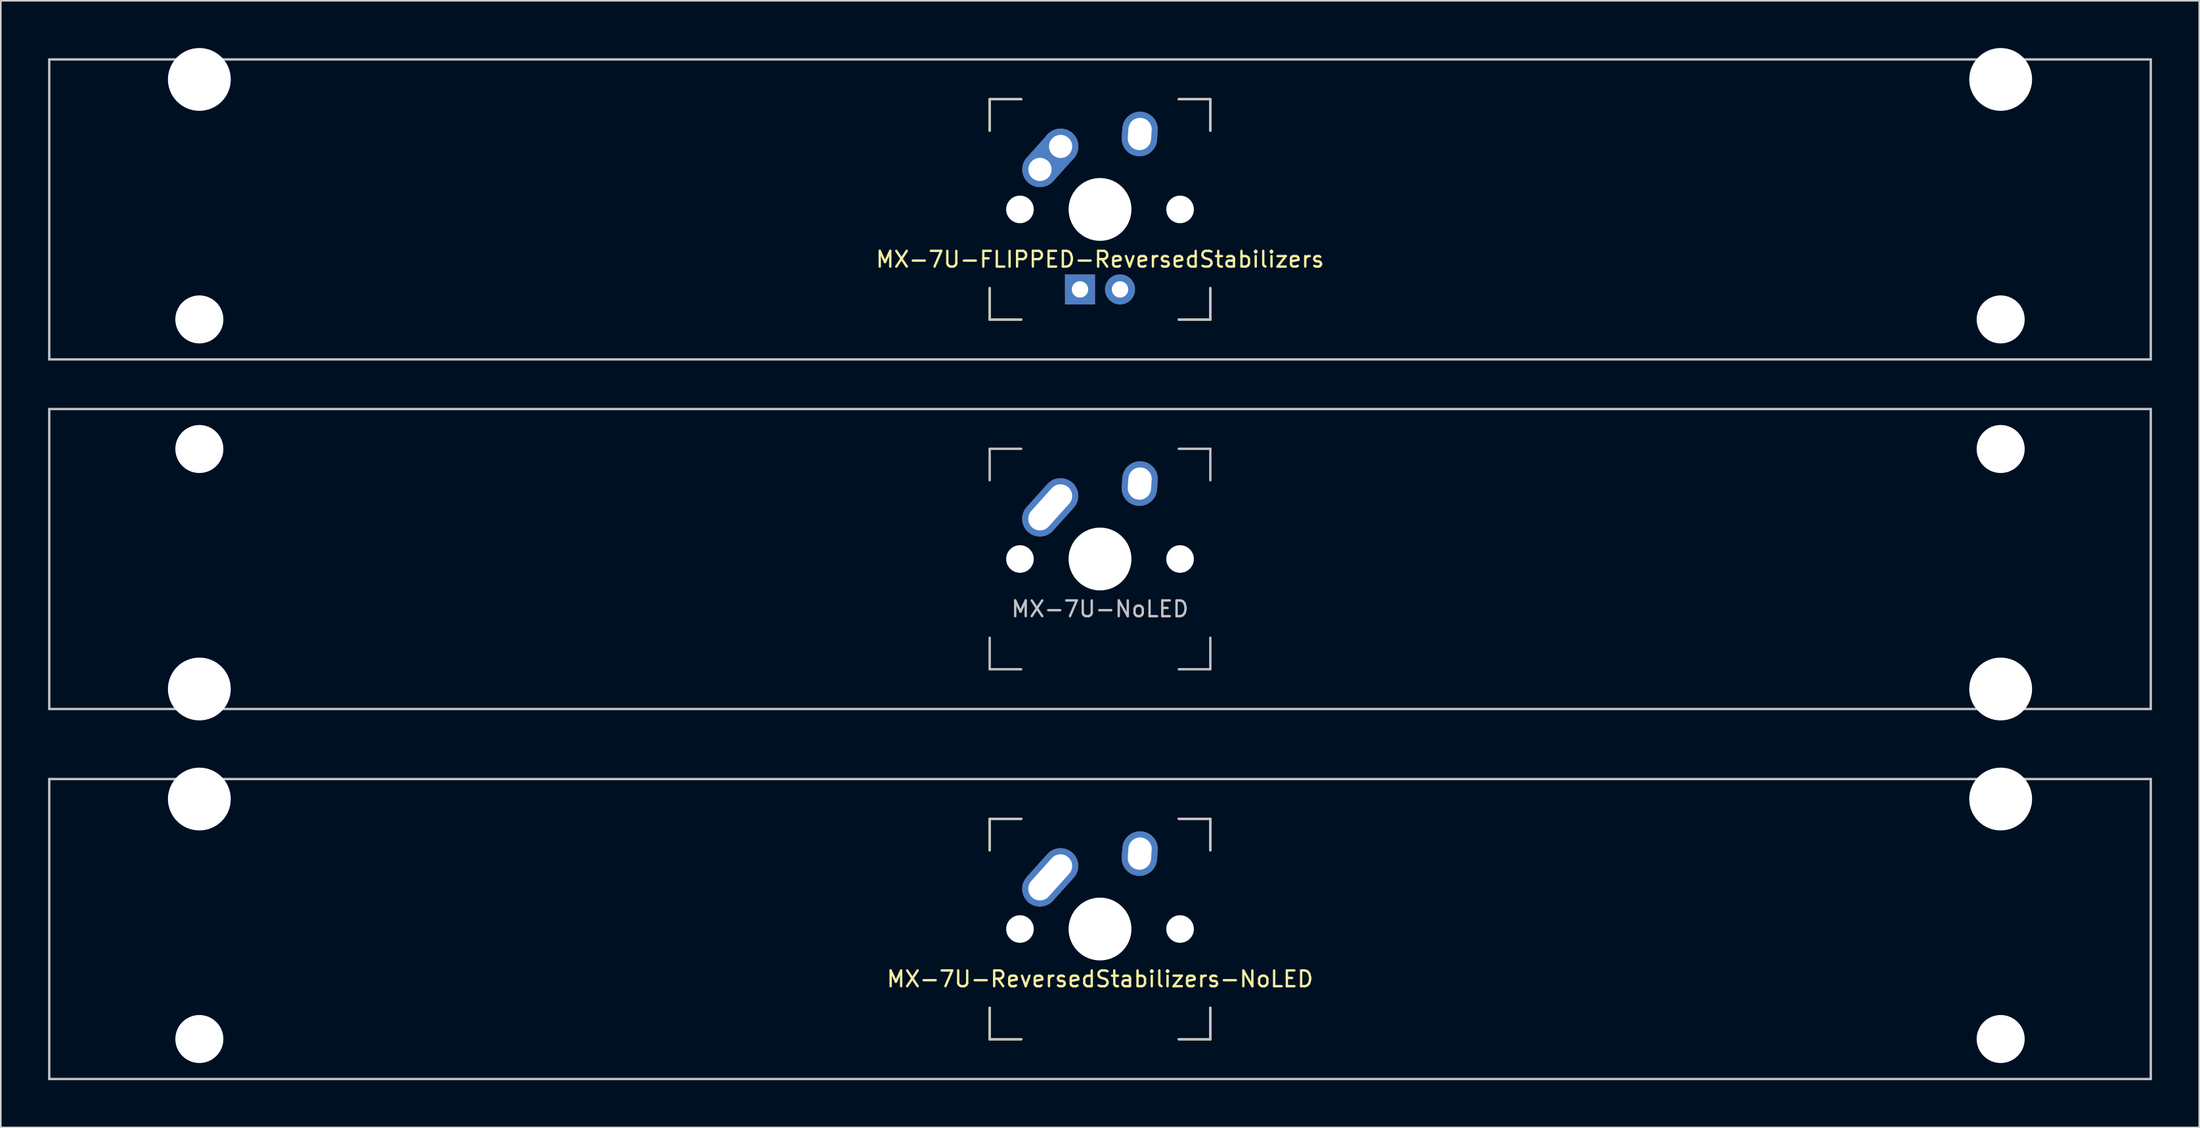
<source format=kicad_pcb>
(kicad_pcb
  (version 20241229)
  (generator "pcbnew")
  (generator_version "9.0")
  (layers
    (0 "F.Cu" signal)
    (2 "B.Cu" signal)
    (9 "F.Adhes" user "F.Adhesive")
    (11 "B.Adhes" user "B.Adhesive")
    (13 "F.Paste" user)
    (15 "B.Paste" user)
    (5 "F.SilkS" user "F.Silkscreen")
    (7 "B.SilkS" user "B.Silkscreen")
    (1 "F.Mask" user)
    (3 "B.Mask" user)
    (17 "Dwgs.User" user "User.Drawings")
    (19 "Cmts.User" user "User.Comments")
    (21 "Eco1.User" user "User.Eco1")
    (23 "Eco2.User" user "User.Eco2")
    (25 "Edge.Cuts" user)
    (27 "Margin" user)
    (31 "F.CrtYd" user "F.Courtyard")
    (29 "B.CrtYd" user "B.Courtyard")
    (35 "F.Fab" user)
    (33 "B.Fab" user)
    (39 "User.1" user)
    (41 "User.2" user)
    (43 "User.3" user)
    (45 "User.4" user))
  (footprint "MX-7U-FLIPPED-ReversedStabilizers"
    (layer "F.Cu")
    (at 66.75 10.249)
    (property "Reference" "MX-7U-FLIPPED-ReversedStabilizers" (at 0 3.175 0) (layer "F.SilkS") (effects (font (size 1 1) (thickness 0.15))))
    (attr through_hole)
    (fp_line (start -7 -7) (end -7 -5) (stroke (width 0.15) (type solid)) (layer "F.SilkS"))
    (fp_line (start -7 5) (end -7 7) (stroke (width 0.15) (type solid)) (layer "F.SilkS"))
    (fp_line (start -7 7) (end -5 7) (stroke (width 0.15) (type solid)) (layer "F.SilkS"))
    (fp_line (start -5 -7) (end -7 -7) (stroke (width 0.15) (type solid)) (layer "F.SilkS"))
    (fp_line (start 5 -7) (end 7 -7) (stroke (width 0.15) (type solid)) (layer "F.SilkS"))
    (fp_line (start 5 7) (end 7 7) (stroke (width 0.15) (type solid)) (layer "F.SilkS"))
    (fp_line (start 7 -7) (end 7 -5) (stroke (width 0.15) (type solid)) (layer "F.SilkS"))
    (fp_line (start 7 7) (end 7 5) (stroke (width 0.15) (type solid)) (layer "F.SilkS"))
    (fp_line (start -66.675 -9.525) (end 66.675 -9.525) (stroke (width 0.15) (type solid)) (layer "Dwgs.User"))
    (fp_line (start -66.675 9.525) (end -66.675 -9.525) (stroke (width 0.15) (type solid)) (layer "Dwgs.User"))
    (fp_line (start -66.675 9.525) (end 66.675 9.525) (stroke (width 0.15) (type solid)) (layer "Dwgs.User"))
    (fp_line (start -7 -7) (end -7 -5) (stroke (width 0.15) (type solid)) (layer "Dwgs.User"))
    (fp_line (start -7 5) (end -7 7) (stroke (width 0.15) (type solid)) (layer "Dwgs.User"))
    (fp_line (start -7 7) (end -5 7) (stroke (width 0.15) (type solid)) (layer "Dwgs.User"))
    (fp_line (start -5 -7) (end -7 -7) (stroke (width 0.15) (type solid)) (layer "Dwgs.User"))
    (fp_line (start 5 -7) (end 7 -7) (stroke (width 0.15) (type solid)) (layer "Dwgs.User"))
    (fp_line (start 5 7) (end 7 7) (stroke (width 0.15) (type solid)) (layer "Dwgs.User"))
    (fp_line (start 7 -7) (end 7 -5) (stroke (width 0.15) (type solid)) (layer "Dwgs.User"))
    (fp_line (start 7 7) (end 7 5) (stroke (width 0.15) (type solid)) (layer "Dwgs.User"))
    (fp_line (start 66.675 -9.525) (end 66.675 9.525) (stroke (width 0.15) (type solid)) (layer "Dwgs.User"))
    (pad "" np_thru_hole circle (at -57.15 -8.255) (size 3.988 3.988) (drill 3.988) (layers "*.Cu" "*.Mask"))
    (pad "" np_thru_hole circle (at -57.15 6.985) (size 3.048 3.048) (drill 3.048) (layers "*.Cu" "*.Mask"))
    (pad "" np_thru_hole circle (at -5.08 0 48.1) (size 1.75 1.75) (drill 1.75) (layers "*.Cu" "*.Mask"))
    (pad "" np_thru_hole circle (at 0 0) (size 3.988 3.988) (drill 3.988) (layers "*.Cu" "*.Mask"))
    (pad "" np_thru_hole circle (at 5.08 0 48.1) (size 1.75 1.75) (drill 1.75) (layers "*.Cu" "*.Mask"))
    (pad "" np_thru_hole circle (at 57.15 -8.255) (size 3.988 3.988) (drill 3.988) (layers "*.Cu" "*.Mask"))
    (pad "" np_thru_hole circle (at 57.15 6.985) (size 3.048 3.048) (drill 3.048) (layers "*.Cu" "*.Mask"))
    (pad "1" thru_hole oval (at -3.81 -2.54 48.1) (size 4.212 2.25) (drill 1.47 (offset 0.981 0)) (layers "*.Cu" "*.Mask"))
    (pad "1" thru_hole circle (at -2.5 -4) (size 2.25 2.25) (drill 1.47) (layers "*.Cu" "*.Mask"))
    (pad "2" thru_hole oval (at 2.52 -4.79 86) (size 2.831 2.25) (drill oval 2.051 1.48) (layers "*.Cu" "*.Mask"))
    (pad "3" thru_hole circle (at 1.27 5.08) (size 1.905 1.905) (drill 1.04) (layers "*.Cu" "*.Mask"))
    (pad "4" thru_hole rect (at -1.27 5.08) (size 1.905 1.905) (drill 1.04) (layers "*.Cu" "*.Mask")))
  (footprint "MX-7U-NoLED"
    (layer "F.Cu")
    (at 66.75 32.449)
    (property "Reference" "MX-7U-NoLED" (at 0 3.175 0) (layer "Dwgs.User") (effects (font (size 1 1) (thickness 0.15))))
    (attr through_hole)
    (fp_line (start -66.675 -9.525) (end 66.675 -9.525) (stroke (width 0.15) (type solid)) (layer "Dwgs.User"))
    (fp_line (start -66.675 9.525) (end -66.675 -9.525) (stroke (width 0.15) (type solid)) (layer "Dwgs.User"))
    (fp_line (start -66.675 9.525) (end 66.675 9.525) (stroke (width 0.15) (type solid)) (layer "Dwgs.User"))
    (fp_line (start -7 -7) (end -7 -5) (stroke (width 0.15) (type solid)) (layer "Dwgs.User"))
    (fp_line (start -7 5) (end -7 7) (stroke (width 0.15) (type solid)) (layer "Dwgs.User"))
    (fp_line (start -7 7) (end -5 7) (stroke (width 0.15) (type solid)) (layer "Dwgs.User"))
    (fp_line (start -5 -7) (end -7 -7) (stroke (width 0.15) (type solid)) (layer "Dwgs.User"))
    (fp_line (start 5 -7) (end 7 -7) (stroke (width 0.15) (type solid)) (layer "Dwgs.User"))
    (fp_line (start 5 7) (end 7 7) (stroke (width 0.15) (type solid)) (layer "Dwgs.User"))
    (fp_line (start 7 -7) (end 7 -5) (stroke (width 0.15) (type solid)) (layer "Dwgs.User"))
    (fp_line (start 7 7) (end 7 5) (stroke (width 0.15) (type solid)) (layer "Dwgs.User"))
    (fp_line (start 66.675 -9.525) (end 66.675 9.525) (stroke (width 0.15) (type solid)) (layer "Dwgs.User"))
    (pad "" np_thru_hole circle (at -57.15 -6.985) (size 3.048 3.048) (drill 3.048) (layers "*.Cu" "*.Mask"))
    (pad "" np_thru_hole circle (at -57.15 8.255) (size 3.988 3.988) (drill 3.988) (layers "*.Cu" "*.Mask"))
    (pad "" np_thru_hole circle (at -5.08 0 48.1) (size 1.75 1.75) (drill 1.75) (layers "*.Cu" "*.Mask"))
    (pad "" np_thru_hole circle (at 0 0) (size 3.988 3.988) (drill 3.988) (layers "*.Cu" "*.Mask"))
    (pad "" np_thru_hole circle (at 5.08 0 48.1) (size 1.75 1.75) (drill 1.75) (layers "*.Cu" "*.Mask"))
    (pad "" np_thru_hole circle (at 57.15 -6.985) (size 3.048 3.048) (drill 3.048) (layers "*.Cu" "*.Mask"))
    (pad "" np_thru_hole circle (at 57.15 8.255) (size 3.988 3.988) (drill 3.988) (layers "*.Cu" "*.Mask"))
    (pad "1" thru_hole oval (at -3.16 -3.28 48) (size 4.21 2.25) (drill oval 3.43 1.48) (layers "*.Cu" "B.Mask"))
    (pad "2" thru_hole oval (at 2.52 -4.79 86) (size 2.831 2.25) (drill oval 2.051 1.48) (layers "*.Cu" "B.Mask")))
  (footprint "MX-7U-ReversedStabilizers-NoLED"
    (layer "F.Cu")
    (at 66.75 55.947)
    (property "Reference" "MX-7U-ReversedStabilizers-NoLED" (at 0 3.175 0) (layer "F.SilkS") (effects (font (size 1 1) (thickness 0.15))))
    (attr through_hole)
    (fp_line (start -7 -7) (end -7 -5) (stroke (width 0.15) (type solid)) (layer "F.SilkS"))
    (fp_line (start -7 5) (end -7 7) (stroke (width 0.15) (type solid)) (layer "F.SilkS"))
    (fp_line (start -7 7) (end -5 7) (stroke (width 0.15) (type solid)) (layer "F.SilkS"))
    (fp_line (start -5 -7) (end -7 -7) (stroke (width 0.15) (type solid)) (layer "F.SilkS"))
    (fp_line (start 5 -7) (end 7 -7) (stroke (width 0.15) (type solid)) (layer "F.SilkS"))
    (fp_line (start 5 7) (end 7 7) (stroke (width 0.15) (type solid)) (layer "F.SilkS"))
    (fp_line (start 7 -7) (end 7 -5) (stroke (width 0.15) (type solid)) (layer "F.SilkS"))
    (fp_line (start 7 7) (end 7 5) (stroke (width 0.15) (type solid)) (layer "F.SilkS"))
    (fp_line (start -66.675 -9.525) (end 66.675 -9.525) (stroke (width 0.15) (type solid)) (layer "Dwgs.User"))
    (fp_line (start -66.675 9.525) (end -66.675 -9.525) (stroke (width 0.15) (type solid)) (layer "Dwgs.User"))
    (fp_line (start -66.675 9.525) (end 66.675 9.525) (stroke (width 0.15) (type solid)) (layer "Dwgs.User"))
    (fp_line (start -7 -7) (end -7 -5) (stroke (width 0.15) (type solid)) (layer "Dwgs.User"))
    (fp_line (start -7 5) (end -7 7) (stroke (width 0.15) (type solid)) (layer "Dwgs.User"))
    (fp_line (start -7 7) (end -5 7) (stroke (width 0.15) (type solid)) (layer "Dwgs.User"))
    (fp_line (start -5 -7) (end -7 -7) (stroke (width 0.15) (type solid)) (layer "Dwgs.User"))
    (fp_line (start 5 -7) (end 7 -7) (stroke (width 0.15) (type solid)) (layer "Dwgs.User"))
    (fp_line (start 5 7) (end 7 7) (stroke (width 0.15) (type solid)) (layer "Dwgs.User"))
    (fp_line (start 7 -7) (end 7 -5) (stroke (width 0.15) (type solid)) (layer "Dwgs.User"))
    (fp_line (start 7 7) (end 7 5) (stroke (width 0.15) (type solid)) (layer "Dwgs.User"))
    (fp_line (start 66.675 -9.525) (end 66.675 9.525) (stroke (width 0.15) (type solid)) (layer "Dwgs.User"))
    (pad "" np_thru_hole circle (at -57.15 -8.255) (size 3.988 3.988) (drill 3.988) (layers "*.Cu" "*.Mask"))
    (pad "" np_thru_hole circle (at -57.15 6.985) (size 3.048 3.048) (drill 3.048) (layers "*.Cu" "*.Mask"))
    (pad "" np_thru_hole circle (at -5.08 0 48.1) (size 1.75 1.75) (drill 1.75) (layers "*.Cu" "*.Mask"))
    (pad "" np_thru_hole circle (at 0 0) (size 3.988 3.988) (drill 3.988) (layers "*.Cu" "*.Mask"))
    (pad "" np_thru_hole circle (at 5.08 0 48.1) (size 1.75 1.75) (drill 1.75) (layers "*.Cu" "*.Mask"))
    (pad "" np_thru_hole circle (at 57.15 -8.255) (size 3.988 3.988) (drill 3.988) (layers "*.Cu" "*.Mask"))
    (pad "" np_thru_hole circle (at 57.15 6.985) (size 3.048 3.048) (drill 3.048) (layers "*.Cu" "*.Mask"))
    (pad "1" thru_hole oval (at -3.16 -3.28 48) (size 4.21 2.25) (drill oval 3.43 1.48) (layers "*.Cu" "B.Mask"))
    (pad "2" thru_hole oval (at 2.52 -4.79 86) (size 2.831 2.25) (drill oval 2.051 1.48) (layers "*.Cu" "B.Mask")))
  (gr_rect
    (start -3 -3)
    (end 136.5 68.547)
    (stroke (width 0.1) (type default))
    (fill no)
    (layer "Edge.Cuts")))
</source>
